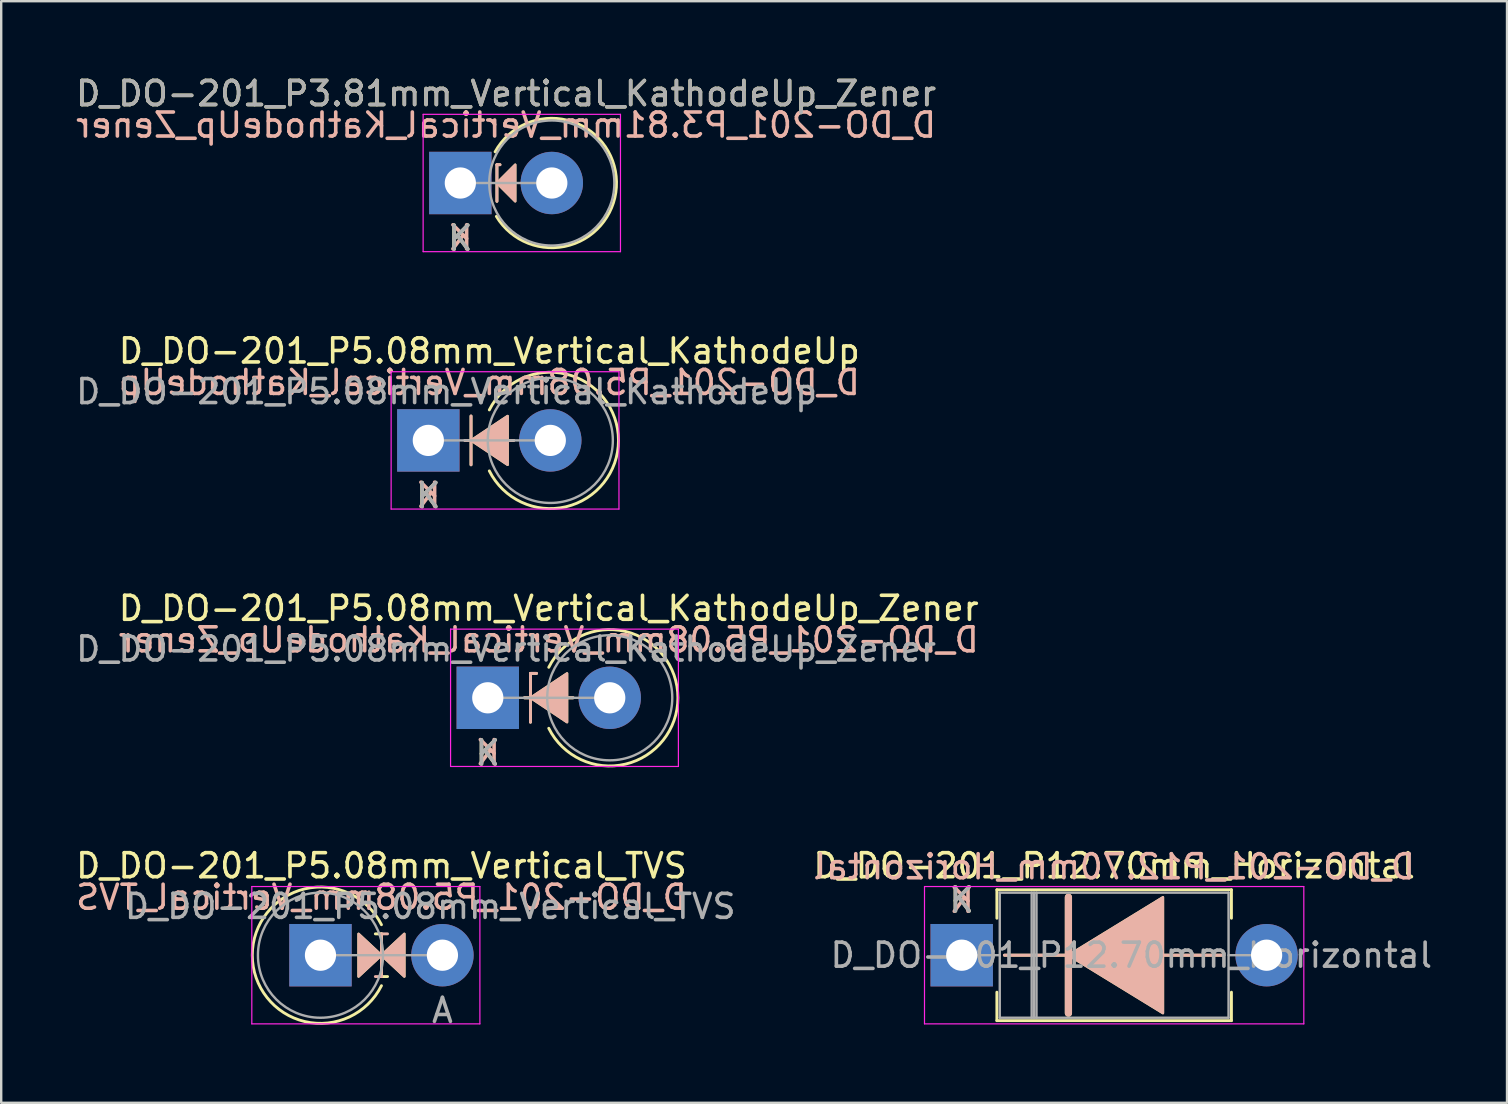
<source format=kicad_pcb>
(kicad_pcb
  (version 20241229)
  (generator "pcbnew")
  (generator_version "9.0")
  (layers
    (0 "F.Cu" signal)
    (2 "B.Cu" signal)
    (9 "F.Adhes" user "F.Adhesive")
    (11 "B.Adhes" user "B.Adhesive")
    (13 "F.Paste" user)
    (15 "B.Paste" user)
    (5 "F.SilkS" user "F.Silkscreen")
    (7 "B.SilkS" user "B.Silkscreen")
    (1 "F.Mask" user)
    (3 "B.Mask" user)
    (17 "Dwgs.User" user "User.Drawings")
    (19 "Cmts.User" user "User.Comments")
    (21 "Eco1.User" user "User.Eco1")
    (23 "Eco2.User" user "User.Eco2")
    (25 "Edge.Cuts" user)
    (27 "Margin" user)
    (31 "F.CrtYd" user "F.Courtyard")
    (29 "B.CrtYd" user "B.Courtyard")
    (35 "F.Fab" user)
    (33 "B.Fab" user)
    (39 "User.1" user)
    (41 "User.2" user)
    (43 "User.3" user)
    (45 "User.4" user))
  (footprint "D_DO-201_P12.70mm_Horizontal"
    (layer "F.Cu")
    (at 37.009 36.738)
    (property "Reference" "D_DO-201_P12.70mm_Horizontal" (at 6.35 -3.725 0) (layer "F.SilkS") (effects (font (size 1 1) (thickness 0.15))))
    (fp_line (start 1.465 -2.725) (end 11.235 -2.725) (stroke (width 0.12) (type solid)) (layer "F.SilkS"))
    (fp_line (start 1.465 -1.54) (end 1.465 -2.725) (stroke (width 0.12) (type solid)) (layer "F.SilkS"))
    (fp_line (start 1.465 1.54) (end 1.465 2.725) (stroke (width 0.12) (type solid)) (layer "F.SilkS"))
    (fp_line (start 1.465 2.725) (end 11.235 2.725) (stroke (width 0.12) (type solid)) (layer "F.SilkS"))
    (fp_line (start 4.445 -2.413) (end 4.445 2.413) (stroke (width 0.3) (type solid)) (layer "F.SilkS"))
    (fp_line (start 4.572 0) (end 1.778 0) (stroke (width 0.12) (type solid)) (layer "F.SilkS"))
    (fp_line (start 8.255 0) (end 10.922 0) (stroke (width 0.12) (type solid)) (layer "F.SilkS"))
    (fp_line (start 11.235 -2.725) (end 11.235 -1.54) (stroke (width 0.12) (type solid)) (layer "F.SilkS"))
    (fp_line (start 11.235 2.725) (end 11.235 1.54) (stroke (width 0.12) (type solid)) (layer "F.SilkS"))
    (fp_poly (pts (xy 8.382 2.413) (xy 4.445 0) (xy 8.382 -2.413)) (stroke (width 0.1) (type solid)) (fill yes) (layer "F.SilkS"))
    (fp_line (start 4.445 2.413) (end 4.445 -2.413) (stroke (width 0.3) (type solid)) (layer "B.SilkS"))
    (fp_line (start 4.572 0) (end 1.778 0) (stroke (width 0.12) (type solid)) (layer "B.SilkS"))
    (fp_line (start 8.255 0) (end 10.922 0) (stroke (width 0.12) (type solid)) (layer "B.SilkS"))
    (fp_poly (pts (xy 8.382 -2.413) (xy 4.445 0) (xy 8.382 2.413)) (stroke (width 0.1) (type solid)) (fill yes) (layer "B.SilkS"))
    (fp_line (start -1.55 -2.86) (end -1.55 2.86) (stroke (width 0.05) (type solid)) (layer "F.CrtYd"))
    (fp_line (start -1.55 2.86) (end 14.25 2.86) (stroke (width 0.05) (type solid)) (layer "F.CrtYd"))
    (fp_line (start 14.25 -2.86) (end -1.55 -2.86) (stroke (width 0.05) (type solid)) (layer "F.CrtYd"))
    (fp_line (start 14.25 2.86) (end 14.25 -2.86) (stroke (width 0.05) (type solid)) (layer "F.CrtYd"))
    (fp_line (start 0 0) (end 1.585 0) (stroke (width 0.1) (type solid)) (layer "F.Fab"))
    (fp_line (start 1.585 -2.605) (end 1.585 2.605) (stroke (width 0.1) (type solid)) (layer "F.Fab"))
    (fp_line (start 1.585 2.605) (end 11.115 2.605) (stroke (width 0.1) (type solid)) (layer "F.Fab"))
    (fp_line (start 2.914 -2.605) (end 2.914 2.605) (stroke (width 0.1) (type solid)) (layer "F.Fab"))
    (fp_line (start 3.014 -2.605) (end 3.014 2.605) (stroke (width 0.1) (type solid)) (layer "F.Fab"))
    (fp_line (start 3.115 -2.605) (end 3.115 2.605) (stroke (width 0.1) (type solid)) (layer "F.Fab"))
    (fp_line (start 11.115 -2.605) (end 1.585 -2.605) (stroke (width 0.1) (type solid)) (layer "F.Fab"))
    (fp_line (start 11.115 2.605) (end 11.115 -2.605) (stroke (width 0.1) (type solid)) (layer "F.Fab"))
    (fp_line (start 12.7 0) (end 11.115 0) (stroke (width 0.1) (type solid)) (layer "F.Fab"))
    (fp_text user "K" (at 0 -2.3 0) (layer "F.SilkS") (effects (font (size 1 1) (thickness 0.15))))
    (fp_text user "${REFERENCE}" (at 6.35 -3.683 0) (layer "B.SilkS") (effects (font (size 1 1) (thickness 0.15)) (justify mirror)))
    (fp_text user "K" (at 0 -2.286 0) (layer "B.SilkS") (effects (font (size 1 1) (thickness 0.15)) (justify mirror)))
    (fp_text user "K" (at 0 -2.3 0) (layer "F.Fab") (effects (font (size 1 1) (thickness 0.15))))
    (fp_text user "${REFERENCE}" (at 7.065 0 0) (layer "F.Fab") (effects (font (size 1 1) (thickness 0.15))))
    (pad "1" thru_hole rect (at 0 0) (size 2.6 2.6) (drill 1.3) (layers "*.Cu" "*.Mask"))
    (pad "2" thru_hole oval (at 12.7 0) (size 2.6 2.6) (drill 1.3) (layers "*.Cu" "*.Mask")))
  (footprint "D_DO-201_P3.81mm_Vertical_KathodeUp_Zener"
    (layer "F.Cu")
    (at 16.125 4.573)
    (property "Reference" "D_DO-201_P3.81mm_Vertical_KathodeUp_Zener" (at 1.905 -3.725 0) (layer "F.SilkS") (effects (font (size 1 1) (thickness 0.15))))
    (fp_line (start 1.524 -0.762) (end 1.524 0.762) (stroke (width 0.12) (type solid)) (layer "F.SilkS"))
    (fp_line (start 1.524 -0.762) (end 1.651 -0.762) (stroke (width 0.12) (type solid)) (layer "F.SilkS"))
    (fp_arc (start 1.448639 -1.3) (mid 6.505054 -0.052035) (end 1.50058 1.390181) (stroke (width 0.12) (type solid)) (layer "F.SilkS"))
    (fp_poly (pts (xy 2.286 0.762) (xy 1.524 0) (xy 2.286 -0.762)) (stroke (width 0.1) (type solid)) (fill yes) (layer "F.SilkS"))
    (fp_line (start 1.524 -0.762) (end 1.651 -0.762) (stroke (width 0.12) (type solid)) (layer "B.SilkS"))
    (fp_line (start 1.524 0.762) (end 1.524 -0.762) (stroke (width 0.12) (type solid)) (layer "B.SilkS"))
    (fp_poly (pts (xy 2.286 -0.762) (xy 1.524 0) (xy 2.286 0.762)) (stroke (width 0.1) (type solid)) (fill yes) (layer "B.SilkS"))
    (fp_line (start -1.55 -2.86) (end -1.55 2.86) (stroke (width 0.05) (type solid)) (layer "F.CrtYd"))
    (fp_line (start -1.55 2.86) (end 6.67 2.86) (stroke (width 0.05) (type solid)) (layer "F.CrtYd"))
    (fp_line (start 6.67 -2.86) (end -1.55 -2.86) (stroke (width 0.05) (type solid)) (layer "F.CrtYd"))
    (fp_line (start 6.67 2.86) (end 6.67 -2.86) (stroke (width 0.05) (type solid)) (layer "F.CrtYd"))
    (fp_line (start 0 0) (end 3.81 0) (stroke (width 0.1) (type solid)) (layer "F.Fab"))
    (fp_circle (center 3.81 0) (end 6.415 0) (stroke (width 0.1) (type solid)) (fill no) (layer "F.Fab"))
    (fp_text user "K" (at 0 2.3 0) (layer "F.SilkS") (effects (font (size 1 1) (thickness 0.15))))
    (fp_text user "${REFERENCE}" (at 1.905 -2.413 0) (layer "B.SilkS") (effects (font (size 1 1) (thickness 0.15)) (justify mirror)))
    (fp_text user "K" (at 0 2.286 0) (layer "B.SilkS") (effects (font (size 1 1) (thickness 0.15)) (justify mirror)))
    (fp_text user "${REFERENCE}" (at 1.905 -3.725 0) (layer "F.Fab") (effects (font (size 1 1) (thickness 0.15))))
    (fp_text user "K" (at 0 2.3 0) (layer "F.Fab") (effects (font (size 1 1) (thickness 0.15))))
    (pad "1" thru_hole rect (at 0 0) (size 2.6 2.6) (drill 1.3) (layers "*.Cu" "*.Mask"))
    (pad "2" thru_hole oval (at 3.81 0) (size 2.6 2.6) (drill 1.3) (layers "*.Cu" "*.Mask")))
  (footprint "D_DO-201_P5.08mm_Vertical_KathodeUp"
    (layer "F.Cu")
    (at 14.792 15.295)
    (property "Reference" "D_DO-201_P5.08mm_Vertical_KathodeUp" (at 2.54 -3.725 0) (layer "F.SilkS") (effects (font (size 1 1) (thickness 0.15))))
    (fp_line (start 1.524 0) (end 3.556 0) (stroke (width 0.12) (type solid)) (layer "F.SilkS"))
    (fp_line (start 1.778 1.016) (end 1.778 -1.016) (stroke (width 0.12) (type solid)) (layer "F.SilkS"))
    (fp_arc (start 2.539999 -1.269999) (mid 7.919803 0.000001) (end 2.539999 1.27) (stroke (width 0.12) (type solid)) (layer "F.SilkS"))
    (fp_poly (pts (xy 3.302 1.016) (xy 1.778 0) (xy 3.302 -1.016)) (stroke (width 0.1) (type solid)) (fill yes) (layer "F.SilkS"))
    (fp_line (start 1.524 0) (end 3.556 0) (stroke (width 0.12) (type solid)) (layer "B.SilkS"))
    (fp_line (start 1.778 -1.016) (end 1.778 1.016) (stroke (width 0.12) (type solid)) (layer "B.SilkS"))
    (fp_poly (pts (xy 3.302 -1.016) (xy 1.778 0) (xy 3.302 1.016)) (stroke (width 0.1) (type solid)) (fill yes) (layer "B.SilkS"))
    (fp_line (start -1.55 -2.86) (end -1.55 2.86) (stroke (width 0.05) (type solid)) (layer "F.CrtYd"))
    (fp_line (start -1.55 2.86) (end 7.94 2.86) (stroke (width 0.05) (type solid)) (layer "F.CrtYd"))
    (fp_line (start 7.94 -2.86) (end -1.55 -2.86) (stroke (width 0.05) (type solid)) (layer "F.CrtYd"))
    (fp_line (start 7.94 2.86) (end 7.94 -2.86) (stroke (width 0.05) (type solid)) (layer "F.CrtYd"))
    (fp_line (start 0 0) (end 5.08 0) (stroke (width 0.1) (type solid)) (layer "F.Fab"))
    (fp_circle (center 5.08 0) (end 7.685 0) (stroke (width 0.1) (type solid)) (fill no) (layer "F.Fab"))
    (fp_text user "K" (at 0 2.3 0) (layer "F.SilkS") (effects (font (size 1 1) (thickness 0.15))))
    (fp_text user "${REFERENCE}" (at 2.54 -2.413 0) (layer "B.SilkS") (effects (font (size 1 1) (thickness 0.15)) (justify mirror)))
    (fp_text user "K" (at 0 2.286 0) (layer "B.SilkS") (effects (font (size 1 1) (thickness 0.15)) (justify mirror)))
    (fp_text user "K" (at 0 2.3 0) (layer "F.Fab") (effects (font (size 1 1) (thickness 0.15))))
    (fp_text user "${REFERENCE}" (at 0.762 -2.032 0) (layer "F.Fab") (effects (font (size 1 1) (thickness 0.15))))
    (pad "1" thru_hole rect (at 0 0) (size 2.6 2.6) (drill 1.3) (layers "*.Cu" "*.Mask"))
    (pad "2" thru_hole oval (at 5.08 0) (size 2.6 2.6) (drill 1.3) (layers "*.Cu" "*.Mask")))
  (footprint "D_DO-201_P5.08mm_Vertical_KathodeUp_Zener"
    (layer "F.Cu")
    (at 17.268 26.016)
    (property "Reference" "D_DO-201_P5.08mm_Vertical_KathodeUp_Zener" (at 2.54 -3.725 0) (layer "F.SilkS") (effects (font (size 1 1) (thickness 0.15))))
    (fp_line (start 1.524 0) (end 3.556 0) (stroke (width 0.12) (type solid)) (layer "F.SilkS"))
    (fp_line (start 1.778 -1.016) (end 2.032 -1.016) (stroke (width 0.12) (type solid)) (layer "F.SilkS"))
    (fp_line (start 1.778 1.016) (end 1.778 -1.016) (stroke (width 0.12) (type solid)) (layer "F.SilkS"))
    (fp_arc (start 2.539999 -1.269999) (mid 7.919803 0.000001) (end 2.539999 1.27) (stroke (width 0.12) (type solid)) (layer "F.SilkS"))
    (fp_poly (pts (xy 3.302 1.016) (xy 1.778 0) (xy 3.302 -1.016)) (stroke (width 0.1) (type solid)) (fill yes) (layer "F.SilkS"))
    (fp_line (start 1.524 0) (end 3.556 0) (stroke (width 0.12) (type solid)) (layer "B.SilkS"))
    (fp_line (start 1.778 -1.016) (end 1.778 1.016) (stroke (width 0.12) (type solid)) (layer "B.SilkS"))
    (fp_line (start 1.778 -1.016) (end 2.032 -1.016) (stroke (width 0.12) (type solid)) (layer "B.SilkS"))
    (fp_poly (pts (xy 3.302 -1.016) (xy 1.778 0) (xy 3.302 1.016)) (stroke (width 0.1) (type solid)) (fill yes) (layer "B.SilkS"))
    (fp_line (start -1.55 -2.86) (end -1.55 2.86) (stroke (width 0.05) (type solid)) (layer "F.CrtYd"))
    (fp_line (start -1.55 2.86) (end 7.94 2.86) (stroke (width 0.05) (type solid)) (layer "F.CrtYd"))
    (fp_line (start 7.94 -2.86) (end -1.55 -2.86) (stroke (width 0.05) (type solid)) (layer "F.CrtYd"))
    (fp_line (start 7.94 2.86) (end 7.94 -2.86) (stroke (width 0.05) (type solid)) (layer "F.CrtYd"))
    (fp_line (start 0 0) (end 5.08 0) (stroke (width 0.1) (type solid)) (layer "F.Fab"))
    (fp_circle (center 5.08 0) (end 7.685 0) (stroke (width 0.1) (type solid)) (fill no) (layer "F.Fab"))
    (fp_text user "K" (at 0 2.3 0) (layer "F.SilkS") (effects (font (size 1 1) (thickness 0.15))))
    (fp_text user "K" (at 0 2.286 0) (layer "B.SilkS") (effects (font (size 1 1) (thickness 0.15)) (justify mirror)))
    (fp_text user "${REFERENCE}" (at 2.54 -2.413 0) (layer "B.SilkS") (effects (font (size 1 1) (thickness 0.15)) (justify mirror)))
    (fp_text user "${REFERENCE}" (at 0.762 -2.032 0) (layer "F.Fab") (effects (font (size 1 1) (thickness 0.15))))
    (fp_text user "K" (at 0 2.3 0) (layer "F.Fab") (effects (font (size 1 1) (thickness 0.15))))
    (pad "1" thru_hole rect (at 0 0) (size 2.6 2.6) (drill 1.3) (layers "*.Cu" "*.Mask"))
    (pad "2" thru_hole oval (at 5.08 0) (size 2.6 2.6) (drill 1.3) (layers "*.Cu" "*.Mask")))
  (footprint "D_DO-201_P5.08mm_Vertical_TVS"
    (layer "F.Cu")
    (at 10.299 36.738)
    (property "Reference" "D_DO-201_P5.08mm_Vertical_TVS" (at 2.54 -3.725 0) (layer "F.SilkS") (effects (font (size 1 1) (thickness 0.15))))
    (fp_line (start 2.54 -0.889) (end 2.286 -0.889) (stroke (width 0.12) (type solid)) (layer "F.SilkS"))
    (fp_line (start 2.54 -0.889) (end 2.54 0.889) (stroke (width 0.12) (type solid)) (layer "F.SilkS"))
    (fp_line (start 2.54 0.889) (end 2.794 0.889) (stroke (width 0.12) (type solid)) (layer "F.SilkS"))
    (fp_arc (start 2.539999 1.27) (mid -2.839805 0.000001) (end 2.539999 -1.269999) (stroke (width 0.12) (type solid)) (layer "F.SilkS"))
    (fp_poly (pts (xy 1.587 -0.889) (xy 2.54 0) (xy 1.587 0.889)) (stroke (width 0.1) (type solid)) (fill yes) (layer "F.SilkS"))
    (fp_poly (pts (xy 3.493 0.889) (xy 2.54 0) (xy 3.493 -0.889)) (stroke (width 0.1) (type solid)) (fill yes) (layer "F.SilkS"))
    (fp_line (start 2.54 -0.889) (end 2.794 -0.889) (stroke (width 0.12) (type solid)) (layer "B.SilkS"))
    (fp_line (start 2.54 0.889) (end 2.286 0.889) (stroke (width 0.12) (type solid)) (layer "B.SilkS"))
    (fp_line (start 2.54 0.889) (end 2.54 -0.889) (stroke (width 0.12) (type solid)) (layer "B.SilkS"))
    (fp_poly (pts (xy 1.587 0.889) (xy 2.54 0) (xy 1.587 -0.889)) (stroke (width 0.1) (type solid)) (fill yes) (layer "B.SilkS"))
    (fp_poly (pts (xy 3.493 -0.889) (xy 2.54 0) (xy 3.493 0.889)) (stroke (width 0.1) (type solid)) (fill yes) (layer "B.SilkS"))
    (fp_line (start -2.86 -2.86) (end -2.86 2.86) (stroke (width 0.05) (type solid)) (layer "F.CrtYd"))
    (fp_line (start -2.86 2.86) (end 6.64 2.86) (stroke (width 0.05) (type solid)) (layer "F.CrtYd"))
    (fp_line (start 6.64 -2.86) (end -2.86 -2.86) (stroke (width 0.05) (type solid)) (layer "F.CrtYd"))
    (fp_line (start 6.64 2.86) (end 6.64 -2.86) (stroke (width 0.05) (type solid)) (layer "F.CrtYd"))
    (fp_line (start 0 0) (end 5.08 0) (stroke (width 0.1) (type solid)) (layer "F.Fab"))
    (fp_circle (center 0 0) (end 2.605 0) (stroke (width 0.1) (type solid)) (fill no) (layer "F.Fab"))
    (fp_text user "${REFERENCE}" (at 2.54 -2.413 0) (layer "B.SilkS") (effects (font (size 1 1) (thickness 0.15)) (justify mirror)))
    (fp_text user "${REFERENCE}" (at 4.572 -2.032 0) (layer "F.Fab") (effects (font (size 1 1) (thickness 0.15))))
    (fp_text user "A" (at 5.08 2.3 0) (layer "F.Fab") (effects (font (size 1 1) (thickness 0.15))))
    (pad "1" thru_hole rect (at 0 0) (size 2.6 2.6) (drill 1.3) (layers "*.Cu" "*.Mask"))
    (pad "2" thru_hole oval (at 5.08 0) (size 2.6 2.6) (drill 1.3) (layers "*.Cu" "*.Mask")))
  (gr_rect
    (start -3 -3)
    (end 59.723 42.886)
    (stroke (width 0.1) (type default))
    (fill no)
    (layer "Edge.Cuts")))
</source>
